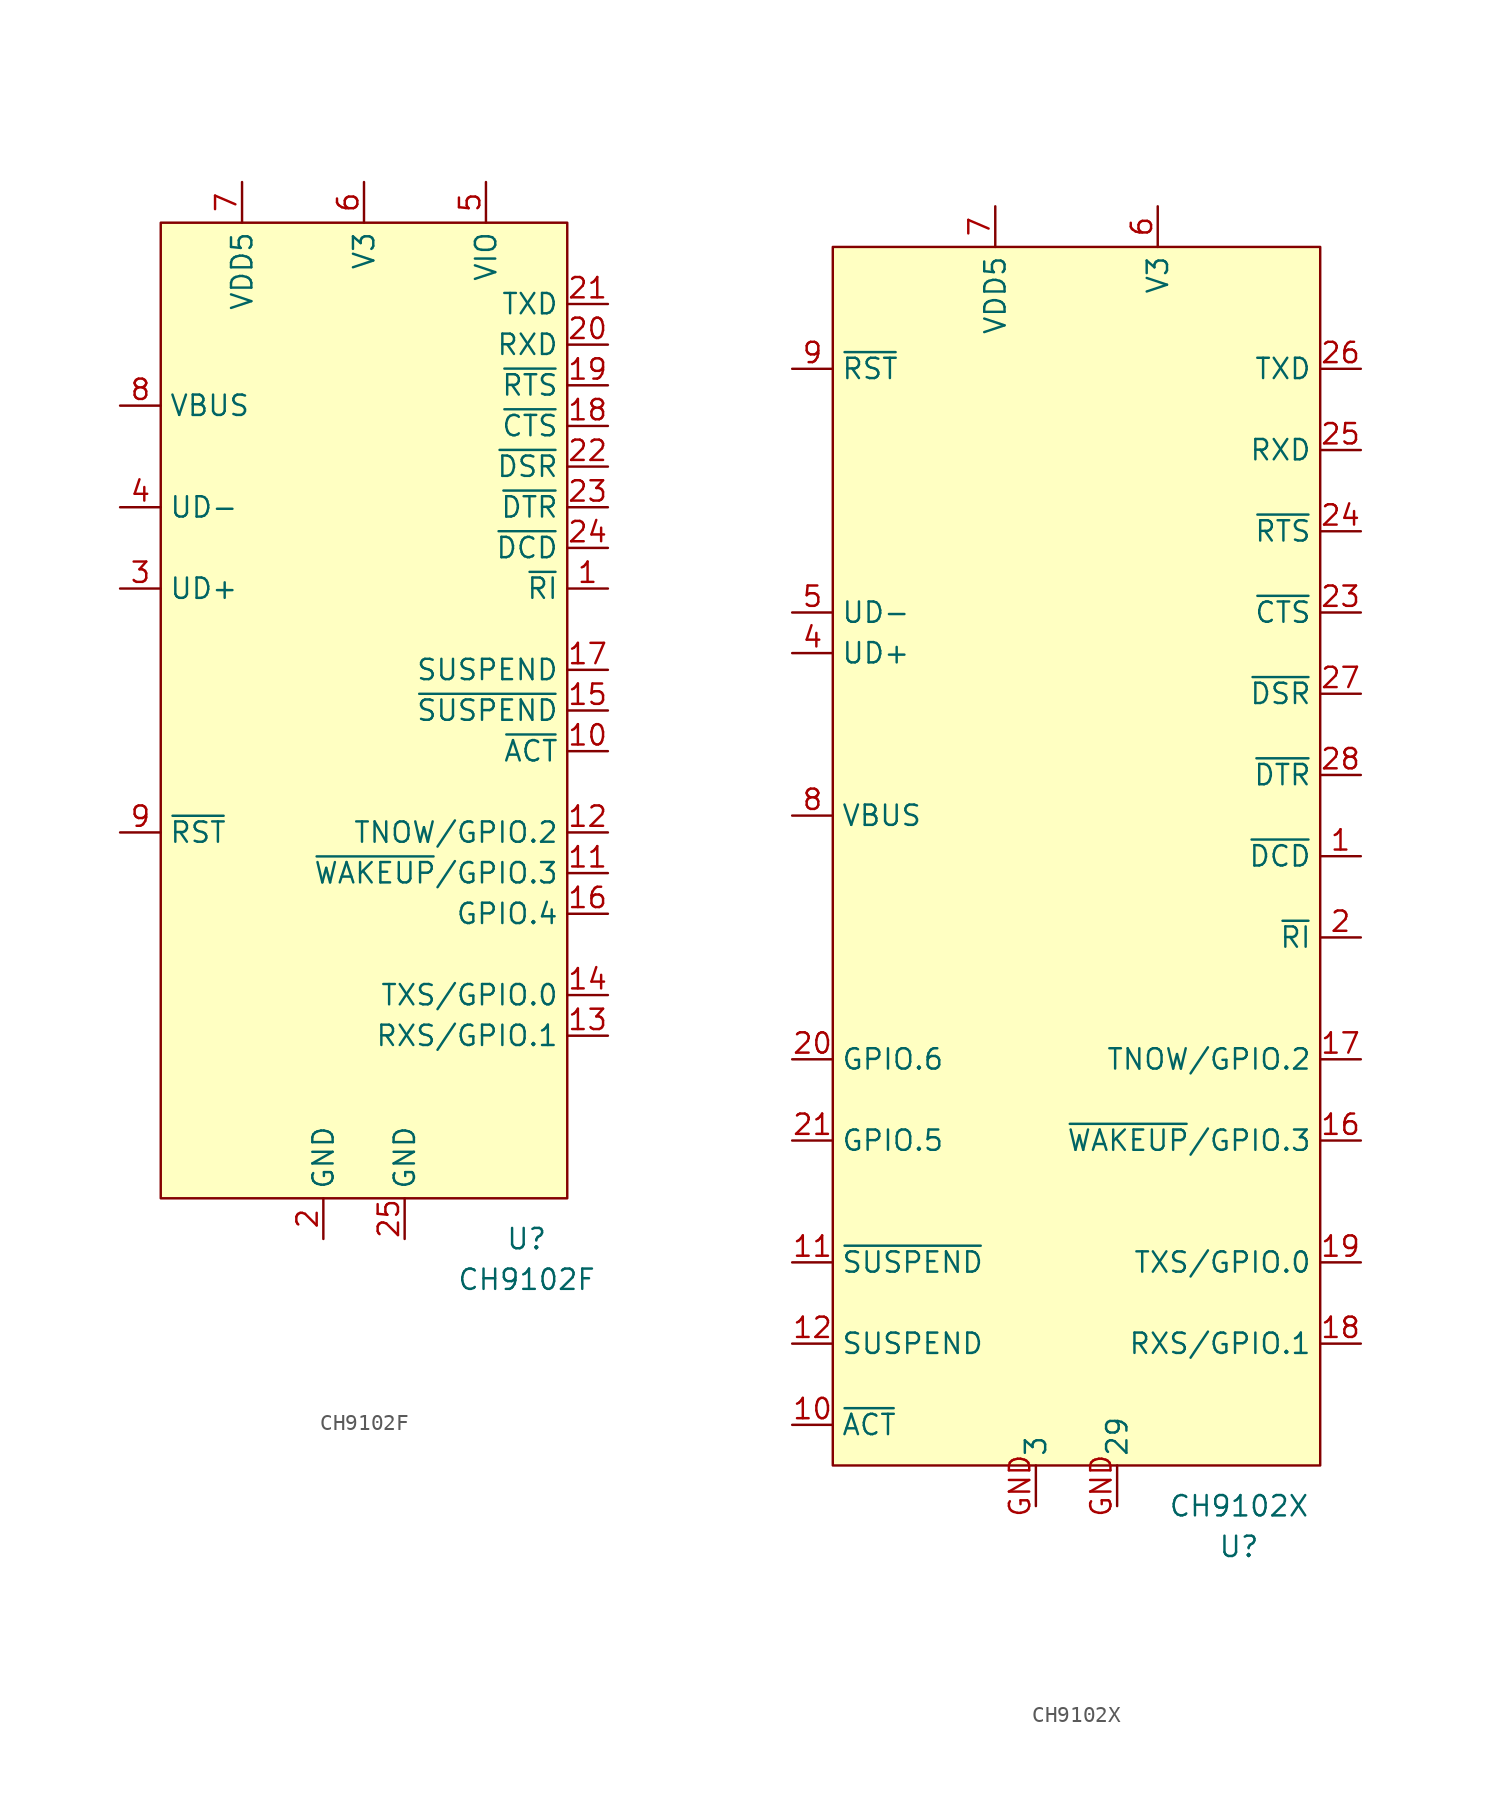
<source format=kicad_sym>
(kicad_symbol_lib
  (version 20211014)
  (generator kicad_symbol_editor)
  (symbol "CH9102F"
    (property "Reference" "U"
      (at 10.16 -33.02 0)
      (effects (font (size 1.27 1.27))))
    (property "Value" "CH9102F"
      (at 10.16 -35.56 0)
      (effects (font (size 1.27 1.27))))
    (symbol "CH9102F_0_1"
      (rectangle (start -12.7 30.48) (end 12.7 -30.48) (stroke (width 0.152) (type default) (color 0 0 0 0)) (fill (type background))))
    (symbol "CH9102F_1_1"
      (pin input line (at 15.24 7.62 180) (length 2.54) (name "~{RI}" (effects (font (size 1.27 1.27)))) (number "1" (effects (font (size 1.27 1.27)))))
      (pin output line (at 15.24 -2.54 180) (length 2.54) (name "~{ACT}" (effects (font (size 1.27 1.27)))) (number "10" (effects (font (size 1.27 1.27)))))
      (pin bidirectional line (at 15.24 -10.16 180) (length 2.54) (name "~{WAKEUP}/GPIO.3" (effects (font (size 1.27 1.27)))) (number "11" (effects (font (size 1.27 1.27)))) (alternate "GPIO.3" bidirectional line) (alternate "~{WAKEUP}" input line))
      (pin bidirectional line (at 15.24 -7.62 180) (length 2.54) (name "TNOW/GPIO.2" (effects (font (size 1.27 1.27)))) (number "12" (effects (font (size 1.27 1.27)))) (alternate "GPIO.2" bidirectional line) (alternate "TNOW" output line))
      (pin bidirectional line (at 15.24 -20.32 180) (length 2.54) (name "RXS/GPIO.1" (effects (font (size 1.27 1.27)))) (number "13" (effects (font (size 1.27 1.27)))) (alternate "GPIO.1" bidirectional line) (alternate "RXS" output line))
      (pin bidirectional line (at 15.24 -17.78 180) (length 2.54) (name "TXS/GPIO.0" (effects (font (size 1.27 1.27)))) (number "14" (effects (font (size 1.27 1.27)))) (alternate "GPIO.0" bidirectional line) (alternate "TXS" output line))
      (pin output line (at 15.24 0 180) (length 2.54) (name "~{SUSPEND}" (effects (font (size 1.27 1.27)))) (number "15" (effects (font (size 1.27 1.27)))))
      (pin bidirectional line (at 15.24 -12.7 180) (length 2.54) (name "GPIO.4" (effects (font (size 1.27 1.27)))) (number "16" (effects (font (size 1.27 1.27)))))
      (pin output line (at 15.24 2.54 180) (length 2.54) (name "SUSPEND" (effects (font (size 1.27 1.27)))) (number "17" (effects (font (size 1.27 1.27)))))
      (pin input line (at 15.24 17.78 180) (length 2.54) (name "~{CTS}" (effects (font (size 1.27 1.27)))) (number "18" (effects (font (size 1.27 1.27)))))
      (pin output line (at 15.24 20.32 180) (length 2.54) (name "~{RTS}" (effects (font (size 1.27 1.27)))) (number "19" (effects (font (size 1.27 1.27)))))
      (pin power_in line (at -2.54 -33.02 90) (length 2.54) (name "GND" (effects (font (size 1.27 1.27)))) (number "2" (effects (font (size 1.27 1.27)))))
      (pin output line (at 15.24 22.86 180) (length 2.54) (name "RXD" (effects (font (size 1.27 1.27)))) (number "20" (effects (font (size 1.27 1.27)))))
      (pin output line (at 15.24 25.4 180) (length 2.54) (name "TXD" (effects (font (size 1.27 1.27)))) (number "21" (effects (font (size 1.27 1.27)))))
      (pin input line (at 15.24 15.24 180) (length 2.54) (name "~{DSR}" (effects (font (size 1.27 1.27)))) (number "22" (effects (font (size 1.27 1.27)))))
      (pin output line (at 15.24 12.7 180) (length 2.54) (name "~{DTR}" (effects (font (size 1.27 1.27)))) (number "23" (effects (font (size 1.27 1.27)))))
      (pin input line (at 15.24 10.16 180) (length 2.54) (name "~{DCD}" (effects (font (size 1.27 1.27)))) (number "24" (effects (font (size 1.27 1.27)))))
      (pin power_in line (at 2.54 -33.02 90) (length 2.54) (name "GND" (effects (font (size 1.27 1.27)))) (number "25" (effects (font (size 1.27 1.27)))))
      (pin bidirectional line (at -15.24 7.62 0) (length 2.54) (name "UD+" (effects (font (size 1.27 1.27)))) (number "3" (effects (font (size 1.27 1.27)))))
      (pin bidirectional line (at -15.24 12.7 0) (length 2.54) (name "UD-" (effects (font (size 1.27 1.27)))) (number "4" (effects (font (size 1.27 1.27)))))
      (pin power_in line (at 7.62 33.02 270) (length 2.54) (name "VIO" (effects (font (size 1.27 1.27)))) (number "5" (effects (font (size 1.27 1.27)))))
      (pin power_out line (at 0 33.02 270) (length 2.54) (name "V3" (effects (font (size 1.27 1.27)))) (number "6" (effects (font (size 1.27 1.27)))) (alternate "V3" power_in line))
      (pin power_in line (at -7.62 33.02 270) (length 2.54) (name "VDD5" (effects (font (size 1.27 1.27)))) (number "7" (effects (font (size 1.27 1.27)))))
      (pin input line (at -15.24 19.05 0) (length 2.54) (name "VBUS" (effects (font (size 1.27 1.27)))) (number "8" (effects (font (size 1.27 1.27)))))
      (pin input line (at -15.24 -7.62 0) (length 2.54) (name "~{RST}" (effects (font (size 1.27 1.27)))) (number "9" (effects (font (size 1.27 1.27)))))))
  (symbol "CH9102X"
    (property "Reference" "U"
      (at 10.16 -81.28 0)
      (effects (font (size 1.27 1.27))))
    (property "Value" "CH9102X"
      (at 10.16 -78.74 0)
      (effects (font (size 1.27 1.27))))
    (symbol "CH9102X_0_1"
      (rectangle (start -15.24 0) (end 15.24 -76.2) (stroke (width 0.152) (type default) (color 0 0 0 0)) (fill (type background))))
    (symbol "CH9102X_1_1"
      (pin input line (at 17.78 -38.1 180) (length 2.54) (name "~{DCD}" (effects (font (size 1.27 1.27)))) (number "1" (effects (font (size 1.27 1.27)))))
      (pin output line (at -17.78 -73.66 0) (length 2.54) (name "~{ACT}" (effects (font (size 1.27 1.27)))) (number "10" (effects (font (size 1.27 1.27)))))
      (pin output line (at -17.78 -63.5 0) (length 2.54) (name "~{SUSPEND}" (effects (font (size 1.27 1.27)))) (number "11" (effects (font (size 1.27 1.27)))))
      (pin output line (at -17.78 -68.58 0) (length 2.54) (name "SUSPEND" (effects (font (size 1.27 1.27)))) (number "12" (effects (font (size 1.27 1.27)))))
      (pin no_connect line (at -7.62 -40.64 0) (length 2.54) hide (name "NC" (effects (font (size 1.27 1.27)))) (number "13" (effects (font (size 1.27 1.27)))))
      (pin no_connect line (at -7.62 -43.18 0) (length 2.54) hide (name "NC" (effects (font (size 1.27 1.27)))) (number "14" (effects (font (size 1.27 1.27)))))
      (pin no_connect line (at -7.62 -45.72 0) (length 2.54) hide (name "NC" (effects (font (size 1.27 1.27)))) (number "15" (effects (font (size 1.27 1.27)))))
      (pin bidirectional line (at 17.78 -55.88 180) (length 2.54) (name "~{WAKEUP}/GPIO.3" (effects (font (size 1.27 1.27)))) (number "16" (effects (font (size 1.27 1.27)))) (alternate "GPIO.3" bidirectional line) (alternate "~{WAKEUP}" input line))
      (pin bidirectional line (at 17.78 -50.8 180) (length 2.54) (name "TNOW/GPIO.2" (effects (font (size 1.27 1.27)))) (number "17" (effects (font (size 1.27 1.27)))) (alternate "GPIO.2" bidirectional line) (alternate "TNOW" output line))
      (pin bidirectional line (at 17.78 -68.58 180) (length 2.54) (name "RXS/GPIO.1" (effects (font (size 1.27 1.27)))) (number "18" (effects (font (size 1.27 1.27)))) (alternate "GPIO.1" bidirectional line) (alternate "RXS" output line))
      (pin bidirectional line (at 17.78 -63.5 180) (length 2.54) (name "TXS/GPIO.0" (effects (font (size 1.27 1.27)))) (number "19" (effects (font (size 1.27 1.27)))) (alternate "GPIO.0" bidirectional line) (alternate "TXS" output line))
      (pin input line (at 17.78 -43.18 180) (length 2.54) (name "~{RI}" (effects (font (size 1.27 1.27)))) (number "2" (effects (font (size 1.27 1.27)))))
      (pin bidirectional line (at -17.78 -50.8 0) (length 2.54) (name "GPIO.6" (effects (font (size 1.27 1.27)))) (number "20" (effects (font (size 1.27 1.27)))))
      (pin bidirectional line (at -17.78 -55.88 0) (length 2.54) (name "GPIO.5" (effects (font (size 1.27 1.27)))) (number "21" (effects (font (size 1.27 1.27)))))
      (pin passive line (at -7.62 -38.1 0) (length 2.54) hide (name "VIO" (effects (font (size 1.27 1.27)))) (number "22" (effects (font (size 1.27 1.27)))))
      (pin input line (at 17.78 -22.86 180) (length 2.54) (name "~{CTS}" (effects (font (size 1.27 1.27)))) (number "23" (effects (font (size 1.27 1.27)))))
      (pin output line (at 17.78 -17.78 180) (length 2.54) (name "~{RTS}" (effects (font (size 1.27 1.27)))) (number "24" (effects (font (size 1.27 1.27)))))
      (pin input line (at 17.78 -12.7 180) (length 2.54) (name "RXD" (effects (font (size 1.27 1.27)))) (number "25" (effects (font (size 1.27 1.27)))))
      (pin output line (at 17.78 -7.62 180) (length 2.54) (name "TXD" (effects (font (size 1.27 1.27)))) (number "26" (effects (font (size 1.27 1.27)))))
      (pin input line (at 17.78 -27.94 180) (length 2.54) (name "~{DSR}" (effects (font (size 1.27 1.27)))) (number "27" (effects (font (size 1.27 1.27)))))
      (pin output line (at 17.78 -33.02 180) (length 2.54) (name "~{DTR}" (effects (font (size 1.27 1.27)))) (number "28" (effects (font (size 1.27 1.27)))))
      (pin bidirectional line (at -17.78 -25.4 0) (length 2.54) (name "UD+" (effects (font (size 1.27 1.27)))) (number "4" (effects (font (size 1.27 1.27)))))
      (pin bidirectional line (at -17.78 -22.86 0) (length 2.54) (name "UD-" (effects (font (size 1.27 1.27)))) (number "5" (effects (font (size 1.27 1.27)))))
      (pin power_out line (at 5.08 2.54 270) (length 2.54) (name "V3" (effects (font (size 1.27 1.27)))) (number "6" (effects (font (size 1.27 1.27)))) (alternate "V3" power_in line))
      (pin power_in line (at -5.08 2.54 270) (length 2.54) (name "VDD5" (effects (font (size 1.27 1.27)))) (number "7" (effects (font (size 1.27 1.27)))))
      (pin input line (at -17.78 -35.56 0) (length 2.54) (name "VBUS" (effects (font (size 1.27 1.27)))) (number "8" (effects (font (size 1.27 1.27)))))
      (pin output line (at -17.78 -7.62 0) (length 2.54) (name "~{RST}" (effects (font (size 1.27 1.27)))) (number "9" (effects (font (size 1.27 1.27)))))
      (pin passive line (at 2.54 -78.74 90) (length 2.54) (name "29" (effects (font (size 1.27 1.27)))) (number "GND" (effects (font (size 1.27 1.27)))))
      (pin passive line (at -2.54 -78.74 90) (length 2.54) (name "3" (effects (font (size 1.27 1.27)))) (number "GND" (effects (font (size 1.27 1.27))))))))
</source>
